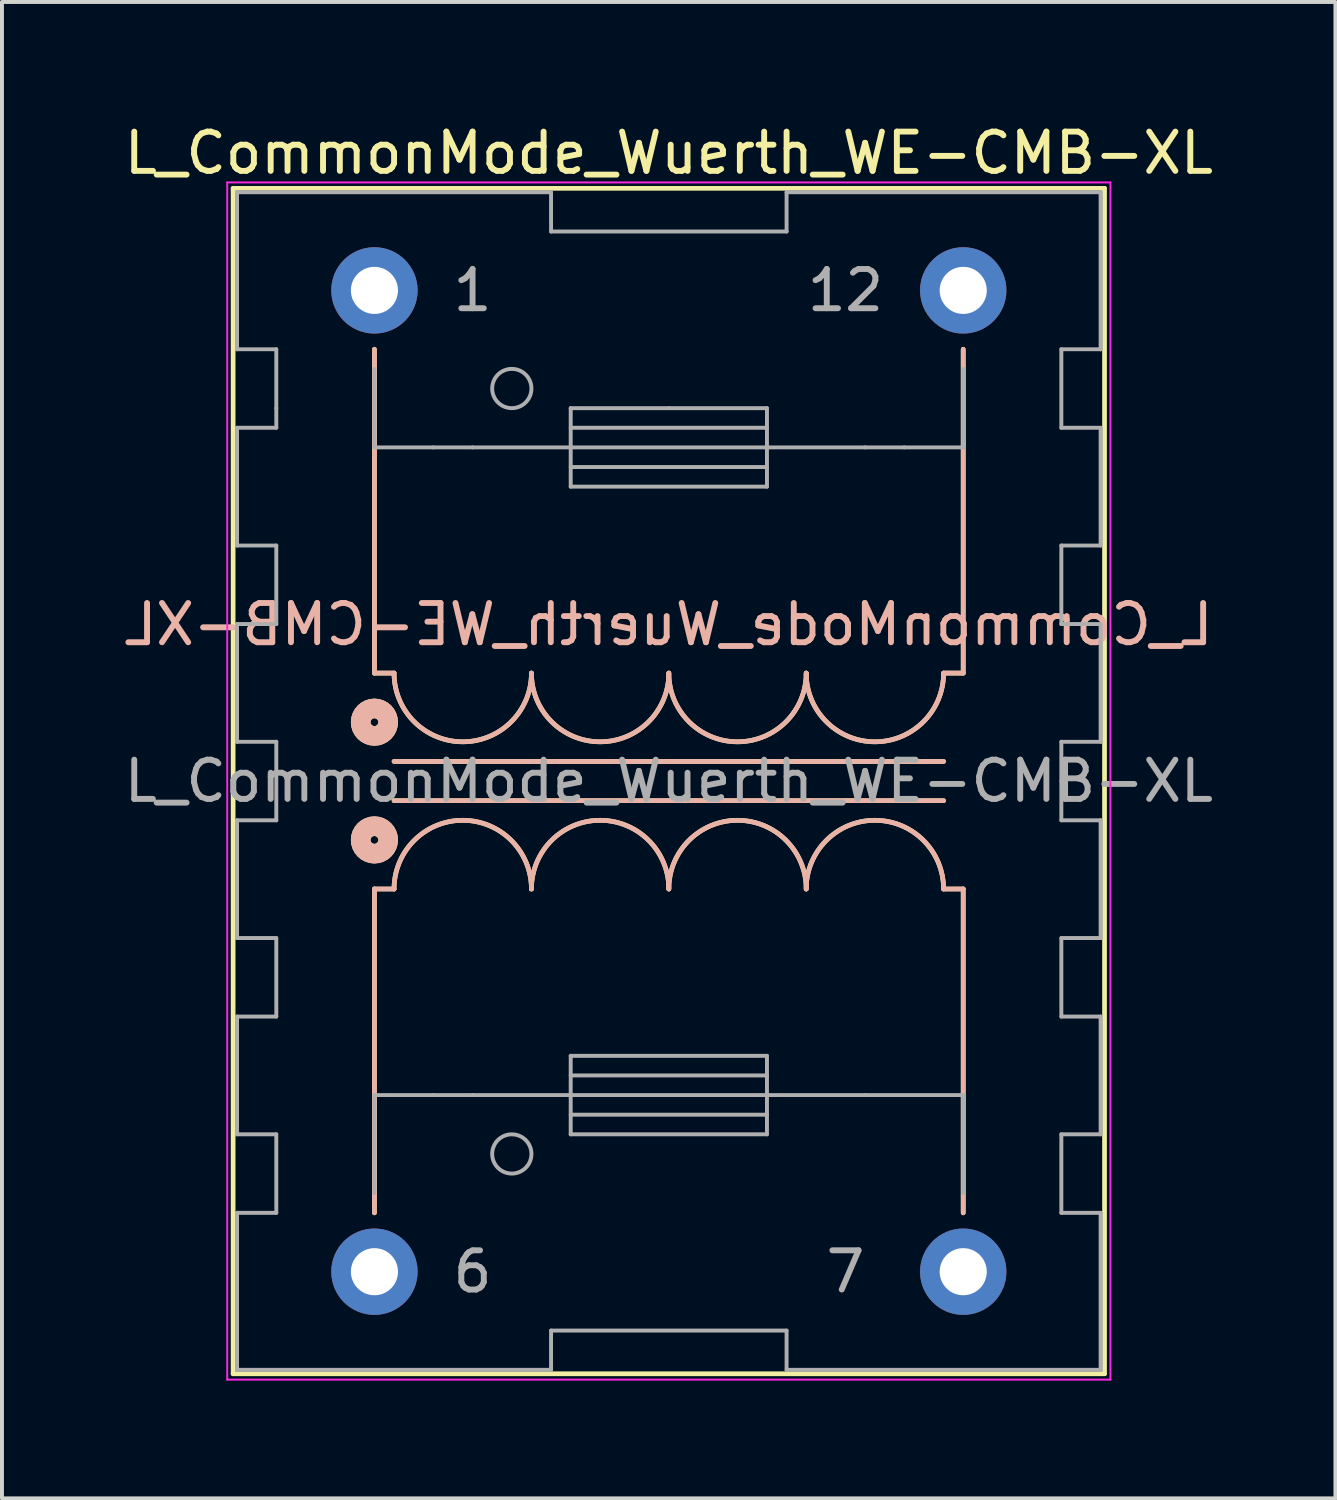
<source format=kicad_pcb>
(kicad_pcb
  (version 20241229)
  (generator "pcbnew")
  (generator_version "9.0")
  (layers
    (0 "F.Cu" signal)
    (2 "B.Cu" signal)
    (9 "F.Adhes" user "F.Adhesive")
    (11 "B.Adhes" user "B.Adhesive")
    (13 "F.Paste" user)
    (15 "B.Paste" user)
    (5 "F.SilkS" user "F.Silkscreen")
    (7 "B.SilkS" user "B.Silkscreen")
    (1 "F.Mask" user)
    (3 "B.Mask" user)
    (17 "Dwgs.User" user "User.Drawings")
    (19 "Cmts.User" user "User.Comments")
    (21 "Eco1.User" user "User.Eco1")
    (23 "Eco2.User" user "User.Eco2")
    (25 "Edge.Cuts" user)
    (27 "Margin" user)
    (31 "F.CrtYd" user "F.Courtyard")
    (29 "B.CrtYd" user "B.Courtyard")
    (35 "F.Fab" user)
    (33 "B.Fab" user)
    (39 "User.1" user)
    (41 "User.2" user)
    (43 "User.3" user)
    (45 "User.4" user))
  (footprint "L_CommonMode_Wuerth_WE-CMB-XL"
    (layer "F.Cu")
    (at 6.489 4.348)
    (property "Reference" "L_CommonMode_Wuerth_WE-CMB-XL" (at 7.5 -3.5 0) (layer "F.SilkS") (effects (font (size 1 1) (thickness 0.15))))
    (fp_line (start -3.6 -2.6) (end -3.6 27.6) (stroke (width 0.12) (type solid)) (layer "F.SilkS"))
    (fp_line (start -3.6 27.6) (end 18.6 27.6) (stroke (width 0.12) (type solid)) (layer "F.SilkS"))
    (fp_line (start 0 9.75) (end 0 1.5) (stroke (width 0.12) (type solid)) (layer "F.SilkS"))
    (fp_line (start 0 15.25) (end 0 23.5) (stroke (width 0.12) (type solid)) (layer "F.SilkS"))
    (fp_line (start 0.5 9.75) (end 0 9.75) (stroke (width 0.12) (type solid)) (layer "F.SilkS"))
    (fp_line (start 0.5 12) (end 14.5 12) (stroke (width 0.12) (type solid)) (layer "F.SilkS"))
    (fp_line (start 0.5 13) (end 14.5 13) (stroke (width 0.12) (type solid)) (layer "F.SilkS"))
    (fp_line (start 0.5 15.25) (end 0 15.25) (stroke (width 0.12) (type solid)) (layer "F.SilkS"))
    (fp_line (start 14.5 9.75) (end 15 9.75) (stroke (width 0.12) (type solid)) (layer "F.SilkS"))
    (fp_line (start 14.5 15.25) (end 15 15.25) (stroke (width 0.12) (type solid)) (layer "F.SilkS"))
    (fp_line (start 15 9.75) (end 15 1.5) (stroke (width 0.12) (type solid)) (layer "F.SilkS"))
    (fp_line (start 15 15.25) (end 15 23.5) (stroke (width 0.12) (type solid)) (layer "F.SilkS"))
    (fp_line (start 18.6 -2.6) (end -3.6 -2.6) (stroke (width 0.12) (type solid)) (layer "F.SilkS"))
    (fp_line (start 18.6 27.6) (end 18.6 -2.6) (stroke (width 0.12) (type solid)) (layer "F.SilkS"))
    (fp_arc (start 0.5 15.25) (mid 2.25 13.5) (end 4 15.25) (stroke (width 0.12) (type solid)) (layer "F.SilkS"))
    (fp_arc (start 4 9.75) (mid 2.25 11.5) (end 0.5 9.75) (stroke (width 0.12) (type solid)) (layer "F.SilkS"))
    (fp_arc (start 4 15.25) (mid 5.75 13.5) (end 7.5 15.25) (stroke (width 0.12) (type solid)) (layer "F.SilkS"))
    (fp_arc (start 7.5 9.75) (mid 5.75 11.5) (end 4 9.75) (stroke (width 0.12) (type solid)) (layer "F.SilkS"))
    (fp_arc (start 7.5 15.25) (mid 9.25 13.5) (end 11 15.25) (stroke (width 0.12) (type solid)) (layer "F.SilkS"))
    (fp_arc (start 11 9.75) (mid 9.25 11.5) (end 7.5 9.75) (stroke (width 0.12) (type solid)) (layer "F.SilkS"))
    (fp_arc (start 11 15.25) (mid 12.75 13.5) (end 14.5 15.25) (stroke (width 0.12) (type solid)) (layer "F.SilkS"))
    (fp_arc (start 14.5 9.75) (mid 12.75 11.5) (end 11 9.75) (stroke (width 0.12) (type solid)) (layer "F.SilkS"))
    (fp_circle (center 0 11) (end 0.1 11) (stroke (width 0.5) (type solid)) (fill no) (layer "F.SilkS"))
    (fp_circle (center 0 14) (end 0.1 14) (stroke (width 0.5) (type solid)) (fill no) (layer "F.SilkS"))
    (fp_line (start 0 9.75) (end 0 1.5) (stroke (width 0.12) (type solid)) (layer "B.SilkS"))
    (fp_line (start 0 15.25) (end 0 23.5) (stroke (width 0.12) (type solid)) (layer "B.SilkS"))
    (fp_line (start 0.5 9.75) (end 0 9.75) (stroke (width 0.12) (type solid)) (layer "B.SilkS"))
    (fp_line (start 0.5 12) (end 14.5 12) (stroke (width 0.12) (type solid)) (layer "B.SilkS"))
    (fp_line (start 0.5 13) (end 14.5 13) (stroke (width 0.12) (type solid)) (layer "B.SilkS"))
    (fp_line (start 0.5 15.25) (end 0 15.25) (stroke (width 0.12) (type solid)) (layer "B.SilkS"))
    (fp_line (start 14.5 9.75) (end 15 9.75) (stroke (width 0.12) (type solid)) (layer "B.SilkS"))
    (fp_line (start 14.5 15.25) (end 15 15.25) (stroke (width 0.12) (type solid)) (layer "B.SilkS"))
    (fp_line (start 15 9.75) (end 15 1.5) (stroke (width 0.12) (type solid)) (layer "B.SilkS"))
    (fp_line (start 15 15.25) (end 15 23.5) (stroke (width 0.12) (type solid)) (layer "B.SilkS"))
    (fp_arc (start 0.5 15.25) (mid 2.25 13.5) (end 4 15.25) (stroke (width 0.12) (type solid)) (layer "B.SilkS"))
    (fp_arc (start 4 9.75) (mid 2.25 11.5) (end 0.5 9.75) (stroke (width 0.12) (type solid)) (layer "B.SilkS"))
    (fp_arc (start 4 15.25) (mid 5.75 13.5) (end 7.5 15.25) (stroke (width 0.12) (type solid)) (layer "B.SilkS"))
    (fp_arc (start 7.5 9.75) (mid 5.75 11.5) (end 4 9.75) (stroke (width 0.12) (type solid)) (layer "B.SilkS"))
    (fp_arc (start 7.5 15.25) (mid 9.25 13.5) (end 11 15.25) (stroke (width 0.12) (type solid)) (layer "B.SilkS"))
    (fp_arc (start 11 9.75) (mid 9.25 11.5) (end 7.5 9.75) (stroke (width 0.12) (type solid)) (layer "B.SilkS"))
    (fp_arc (start 11 15.25) (mid 12.75 13.5) (end 14.5 15.25) (stroke (width 0.12) (type solid)) (layer "B.SilkS"))
    (fp_arc (start 14.5 9.75) (mid 12.75 11.5) (end 11 9.75) (stroke (width 0.12) (type solid)) (layer "B.SilkS"))
    (fp_circle (center 0 11) (end 0.1 11) (stroke (width 0.5) (type solid)) (fill no) (layer "B.SilkS"))
    (fp_circle (center 0 14) (end 0.1 14) (stroke (width 0.5) (type solid)) (fill no) (layer "B.SilkS"))
    (fp_line (start -3.75 -2.75) (end 18.75 -2.75) (stroke (width 0.05) (type solid)) (layer "F.CrtYd"))
    (fp_line (start -3.75 27.75) (end -3.75 -2.75) (stroke (width 0.05) (type solid)) (layer "F.CrtYd"))
    (fp_line (start 18.75 -2.75) (end 18.75 27.75) (stroke (width 0.05) (type solid)) (layer "F.CrtYd"))
    (fp_line (start 18.75 27.75) (end -3.75 27.75) (stroke (width 0.05) (type solid)) (layer "F.CrtYd"))
    (fp_line (start -3.5 -2.5) (end -3.5 1.5) (stroke (width 0.1) (type solid)) (layer "F.Fab"))
    (fp_line (start -3.5 1.5) (end -2.5 1.5) (stroke (width 0.1) (type solid)) (layer "F.Fab"))
    (fp_line (start -3.5 3.5) (end -3.5 6.5) (stroke (width 0.1) (type solid)) (layer "F.Fab"))
    (fp_line (start -3.5 6.5) (end -2.5 6.5) (stroke (width 0.1) (type solid)) (layer "F.Fab"))
    (fp_line (start -3.5 8.5) (end -3.5 11.5) (stroke (width 0.1) (type solid)) (layer "F.Fab"))
    (fp_line (start -3.5 11.5) (end -2.5 11.5) (stroke (width 0.1) (type solid)) (layer "F.Fab"))
    (fp_line (start -3.5 13.5) (end -3.5 16.5) (stroke (width 0.1) (type solid)) (layer "F.Fab"))
    (fp_line (start -3.5 16.5) (end -2.5 16.5) (stroke (width 0.1) (type solid)) (layer "F.Fab"))
    (fp_line (start -3.5 18.5) (end -3.5 21.5) (stroke (width 0.1) (type solid)) (layer "F.Fab"))
    (fp_line (start -3.5 21.5) (end -2.5 21.5) (stroke (width 0.1) (type solid)) (layer "F.Fab"))
    (fp_line (start -3.5 23.5) (end -3.5 27.5) (stroke (width 0.1) (type solid)) (layer "F.Fab"))
    (fp_line (start -2.5 1.5) (end -2.5 3) (stroke (width 0.1) (type solid)) (layer "F.Fab"))
    (fp_line (start -2.5 3) (end -2.5 3.5) (stroke (width 0.1) (type solid)) (layer "F.Fab"))
    (fp_line (start -2.5 3.5) (end -3.5 3.5) (stroke (width 0.1) (type solid)) (layer "F.Fab"))
    (fp_line (start -2.5 6.5) (end -2.5 8.5) (stroke (width 0.1) (type solid)) (layer "F.Fab"))
    (fp_line (start -2.5 8.5) (end -3.5 8.5) (stroke (width 0.1) (type solid)) (layer "F.Fab"))
    (fp_line (start -2.5 11.5) (end -2.5 13.5) (stroke (width 0.1) (type solid)) (layer "F.Fab"))
    (fp_line (start -2.5 13.5) (end -3.5 13.5) (stroke (width 0.1) (type solid)) (layer "F.Fab"))
    (fp_line (start -2.5 16.5) (end -2.5 18.5) (stroke (width 0.1) (type solid)) (layer "F.Fab"))
    (fp_line (start -2.5 18.5) (end -3.5 18.5) (stroke (width 0.1) (type solid)) (layer "F.Fab"))
    (fp_line (start -2.5 21.5) (end -2.5 23.5) (stroke (width 0.1) (type solid)) (layer "F.Fab"))
    (fp_line (start -2.5 23.5) (end -3.5 23.5) (stroke (width 0.1) (type solid)) (layer "F.Fab"))
    (fp_line (start 0 4) (end 0 2) (stroke (width 0.1) (type solid)) (layer "F.Fab"))
    (fp_line (start 0 20.5) (end 0 23) (stroke (width 0.1) (type solid)) (layer "F.Fab"))
    (fp_line (start 1.5 4) (end 0 4) (stroke (width 0.1) (type solid)) (layer "F.Fab"))
    (fp_line (start 1.5 20.5) (end 0 20.5) (stroke (width 0.1) (type solid)) (layer "F.Fab"))
    (fp_line (start 2.5 4) (end 1.5 4) (stroke (width 0.1) (type solid)) (layer "F.Fab"))
    (fp_line (start 2.5 20.5) (end 1.5 20.5) (stroke (width 0.1) (type solid)) (layer "F.Fab"))
    (fp_line (start 2.5 20.5) (end 5 20.5) (stroke (width 0.1) (type solid)) (layer "F.Fab"))
    (fp_line (start 4.5 -2.5) (end -3.5 -2.5) (stroke (width 0.1) (type solid)) (layer "F.Fab"))
    (fp_line (start 4.5 -1.5) (end 4.5 -2.5) (stroke (width 0.1) (type solid)) (layer "F.Fab"))
    (fp_line (start 4.5 26.5) (end 4.5 27.5) (stroke (width 0.1) (type solid)) (layer "F.Fab"))
    (fp_line (start 4.5 27.5) (end -3.5 27.5) (stroke (width 0.1) (type solid)) (layer "F.Fab"))
    (fp_line (start 5 3) (end 7.5 3) (stroke (width 0.1) (type solid)) (layer "F.Fab"))
    (fp_line (start 5 4) (end 2.5 4) (stroke (width 0.1) (type solid)) (layer "F.Fab"))
    (fp_line (start 5 4) (end 10 4) (stroke (width 0.1) (type solid)) (layer "F.Fab"))
    (fp_line (start 5 4.5) (end 10 4.5) (stroke (width 0.1) (type solid)) (layer "F.Fab"))
    (fp_line (start 5 5) (end 5 3) (stroke (width 0.1) (type solid)) (layer "F.Fab"))
    (fp_line (start 5 19.5) (end 10 19.5) (stroke (width 0.1) (type solid)) (layer "F.Fab"))
    (fp_line (start 5 21) (end 10 21) (stroke (width 0.1) (type solid)) (layer "F.Fab"))
    (fp_line (start 5 21.5) (end 5 19.5) (stroke (width 0.1) (type solid)) (layer "F.Fab"))
    (fp_line (start 7.5 3) (end 10 3) (stroke (width 0.1) (type solid)) (layer "F.Fab"))
    (fp_line (start 10 3) (end 10 5) (stroke (width 0.1) (type solid)) (layer "F.Fab"))
    (fp_line (start 10 3.5) (end 5 3.5) (stroke (width 0.1) (type solid)) (layer "F.Fab"))
    (fp_line (start 10 4) (end 12.5 4) (stroke (width 0.1) (type solid)) (layer "F.Fab"))
    (fp_line (start 10 5) (end 5 5) (stroke (width 0.1) (type solid)) (layer "F.Fab"))
    (fp_line (start 10 19.5) (end 10 21.5) (stroke (width 0.1) (type solid)) (layer "F.Fab"))
    (fp_line (start 10 20) (end 5 20) (stroke (width 0.1) (type solid)) (layer "F.Fab"))
    (fp_line (start 10 20.5) (end 5 20.5) (stroke (width 0.1) (type solid)) (layer "F.Fab"))
    (fp_line (start 10 21.5) (end 5 21.5) (stroke (width 0.1) (type solid)) (layer "F.Fab"))
    (fp_line (start 10.5 -2.5) (end 10.5 -1.5) (stroke (width 0.1) (type solid)) (layer "F.Fab"))
    (fp_line (start 10.5 -1.5) (end 4.5 -1.5) (stroke (width 0.1) (type solid)) (layer "F.Fab"))
    (fp_line (start 10.5 26.5) (end 4.5 26.5) (stroke (width 0.1) (type solid)) (layer "F.Fab"))
    (fp_line (start 10.5 27.5) (end 10.5 26.5) (stroke (width 0.1) (type solid)) (layer "F.Fab"))
    (fp_line (start 12.5 4) (end 13.5 4) (stroke (width 0.1) (type solid)) (layer "F.Fab"))
    (fp_line (start 12.5 20.5) (end 10 20.5) (stroke (width 0.1) (type solid)) (layer "F.Fab"))
    (fp_line (start 12.5 20.5) (end 15 20.5) (stroke (width 0.1) (type solid)) (layer "F.Fab"))
    (fp_line (start 13.5 4) (end 15 4) (stroke (width 0.1) (type solid)) (layer "F.Fab"))
    (fp_line (start 15 4) (end 15 2) (stroke (width 0.1) (type solid)) (layer "F.Fab"))
    (fp_line (start 15 20.5) (end 15 23) (stroke (width 0.1) (type solid)) (layer "F.Fab"))
    (fp_line (start 17.5 1.5) (end 18.5 1.5) (stroke (width 0.1) (type solid)) (layer "F.Fab"))
    (fp_line (start 17.5 3.5) (end 17.5 1.5) (stroke (width 0.1) (type solid)) (layer "F.Fab"))
    (fp_line (start 17.5 6.5) (end 18.5 6.5) (stroke (width 0.1) (type solid)) (layer "F.Fab"))
    (fp_line (start 17.5 8.5) (end 17.5 6.5) (stroke (width 0.1) (type solid)) (layer "F.Fab"))
    (fp_line (start 17.5 11.5) (end 18.5 11.5) (stroke (width 0.1) (type solid)) (layer "F.Fab"))
    (fp_line (start 17.5 12.5) (end 17.5 11.5) (stroke (width 0.1) (type solid)) (layer "F.Fab"))
    (fp_line (start 17.5 12.5) (end 17.5 13.5) (stroke (width 0.1) (type solid)) (layer "F.Fab"))
    (fp_line (start 17.5 13.5) (end 18.5 13.5) (stroke (width 0.1) (type solid)) (layer "F.Fab"))
    (fp_line (start 17.5 16.5) (end 17.5 18.5) (stroke (width 0.1) (type solid)) (layer "F.Fab"))
    (fp_line (start 17.5 18.5) (end 18.5 18.5) (stroke (width 0.1) (type solid)) (layer "F.Fab"))
    (fp_line (start 17.5 21.5) (end 17.5 23.5) (stroke (width 0.1) (type solid)) (layer "F.Fab"))
    (fp_line (start 17.5 23.5) (end 18.5 23.5) (stroke (width 0.1) (type solid)) (layer "F.Fab"))
    (fp_line (start 18.5 -2.5) (end 10.5 -2.5) (stroke (width 0.1) (type solid)) (layer "F.Fab"))
    (fp_line (start 18.5 1.5) (end 18.5 -2.5) (stroke (width 0.1) (type solid)) (layer "F.Fab"))
    (fp_line (start 18.5 3.5) (end 17.5 3.5) (stroke (width 0.1) (type solid)) (layer "F.Fab"))
    (fp_line (start 18.5 6.5) (end 18.5 3.5) (stroke (width 0.1) (type solid)) (layer "F.Fab"))
    (fp_line (start 18.5 8.5) (end 17.5 8.5) (stroke (width 0.1) (type solid)) (layer "F.Fab"))
    (fp_line (start 18.5 9) (end 18.5 8.5) (stroke (width 0.1) (type solid)) (layer "F.Fab"))
    (fp_line (start 18.5 11.5) (end 18.5 9) (stroke (width 0.1) (type solid)) (layer "F.Fab"))
    (fp_line (start 18.5 13.5) (end 18.5 16.5) (stroke (width 0.1) (type solid)) (layer "F.Fab"))
    (fp_line (start 18.5 16.5) (end 17.5 16.5) (stroke (width 0.1) (type solid)) (layer "F.Fab"))
    (fp_line (start 18.5 18.5) (end 18.5 21.5) (stroke (width 0.1) (type solid)) (layer "F.Fab"))
    (fp_line (start 18.5 21.5) (end 17.5 21.5) (stroke (width 0.1) (type solid)) (layer "F.Fab"))
    (fp_line (start 18.5 23.5) (end 18.5 27.5) (stroke (width 0.1) (type solid)) (layer "F.Fab"))
    (fp_line (start 18.5 27.5) (end 10.5 27.5) (stroke (width 0.1) (type solid)) (layer "F.Fab"))
    (fp_circle (center 3.5 2.5) (end 4 2.5) (stroke (width 0.1) (type solid)) (fill no) (layer "F.Fab"))
    (fp_circle (center 3.5 22) (end 4 22) (stroke (width 0.1) (type solid)) (fill no) (layer "F.Fab"))
    (fp_text user "${REFERENCE}" (at 7.493 8.509 0) (layer "B.SilkS") (effects (font (size 1 1) (thickness 0.15)) (justify mirror)))
    (fp_text user "12" (at 12 0 0) (layer "F.Fab") (effects (font (size 1 1) (thickness 0.15))))
    (fp_text user "6" (at 2.5 25 0) (layer "F.Fab") (effects (font (size 1 1) (thickness 0.15))))
    (fp_text user "1" (at 2.5 0 0) (layer "F.Fab") (effects (font (size 1 1) (thickness 0.15))))
    (fp_text user "7" (at 12 25 0) (layer "F.Fab") (effects (font (size 1 1) (thickness 0.15))))
    (fp_text user "${REFERENCE}" (at 7.5 12.5 0) (layer "F.Fab") (effects (font (size 1 1) (thickness 0.15))))
    (pad "1" thru_hole circle (at 0 0) (size 2.2 2.2) (drill 1.2) (layers "*.Cu" "*.Mask"))
    (pad "6" thru_hole circle (at 0 25) (size 2.2 2.2) (drill 1.2) (layers "*.Cu" "*.Mask"))
    (pad "7" thru_hole circle (at 15 25) (size 2.2 2.2) (drill 1.2) (layers "*.Cu" "*.Mask"))
    (pad "12" thru_hole circle (at 15 0) (size 2.2 2.2) (drill 1.2) (layers "*.Cu" "*.Mask")))
  (gr_rect
    (start -3 -3)
    (end 30.971 35.123)
    (stroke (width 0.1) (type default))
    (fill no)
    (layer "Edge.Cuts")))
</source>
